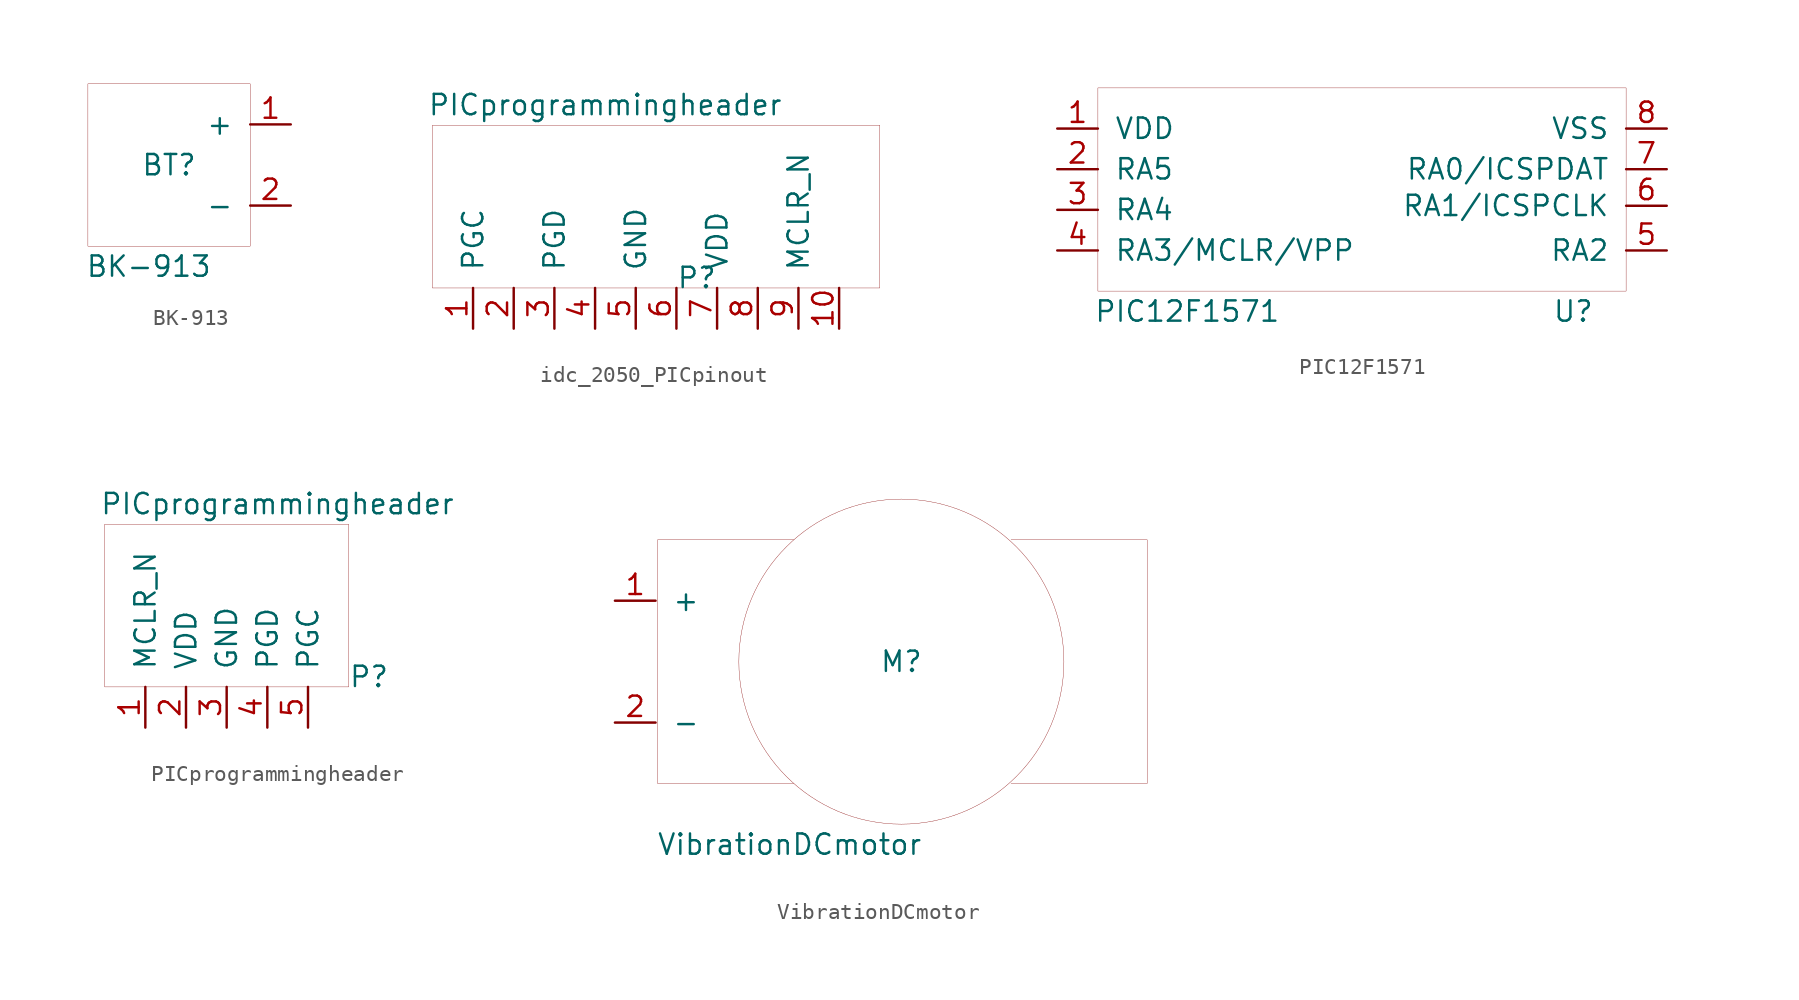
<source format=kicad_sym>
(kicad_symbol_lib
  (version 20231120)
  (generator "kicad_symbol_editor")
  (generator_version "8.0")
  (symbol "BK-913"
    (pin_names
      (offset 1.016))
    (property "Reference" "BT"
      (at 0 0 0)
      (effects (font (size 1.27 1.27))))
    (property "Value" "BK-913"
      (at -1.27 -6.35 0)
      (effects (font (size 1.27 1.27))))
    (symbol "BK-913_0_1"
      (rectangle (start -5.08 5.08) (end 5.08 -5.08) (stroke (width 0.001) (type default)) (fill (type none))))
    (symbol "BK-913_1_1"
      (pin power_out line (at 7.62 2.54 180) (length 2.54) (name "+" (effects (font (size 1.27 1.27)))) (number "1" (effects (font (size 1.27 1.27)))))
      (pin power_in line (at 7.62 -2.54 180) (length 2.54) (name "-" (effects (font (size 1.27 1.27)))) (number "2" (effects (font (size 1.27 1.27)))))))
  (symbol "idc_2050_PICpinout"
    (pin_names
      (offset 1.016))
    (property "Reference" "P"
      (at 8.89 0.635 0)
      (effects (font (size 1.27 1.27))))
    (property "Value" "PICprogrammingheader"
      (at 3.175 11.43 0)
      (effects (font (size 1.27 1.27))))
    (symbol "idc_2050_PICpinout_0_1"
      (rectangle (start -7.62 10.16) (end 20.32 0) (stroke (width 0.001) (type default)) (fill (type none))))
    (symbol "idc_2050_PICpinout_1_1"
      (pin unspecified line (at -5.08 -2.54 90) (length 2.54) (name "PGC" (effects (font (size 1.27 1.27)))) (number "1" (effects (font (size 1.27 1.27)))))
      (pin unspecified line (at 17.78 -2.54 90) (length 2.54) (name "" (effects (font (size 1.27 1.27)))) (number "10" (effects (font (size 1.27 1.27)))))
      (pin unspecified line (at -2.54 -2.54 90) (length 2.54) (name "" (effects (font (size 1.27 1.27)))) (number "2" (effects (font (size 1.27 1.27)))))
      (pin unspecified line (at 0 -2.54 90) (length 2.54) (name "PGD" (effects (font (size 1.27 1.27)))) (number "3" (effects (font (size 1.27 1.27)))))
      (pin unspecified line (at 2.54 -2.54 90) (length 2.54) (name "" (effects (font (size 1.27 1.27)))) (number "4" (effects (font (size 1.27 1.27)))))
      (pin unspecified line (at 5.08 -2.54 90) (length 2.54) (name "GND" (effects (font (size 1.27 1.27)))) (number "5" (effects (font (size 1.27 1.27)))))
      (pin unspecified line (at 7.62 -2.54 90) (length 2.54) (name "" (effects (font (size 1.27 1.27)))) (number "6" (effects (font (size 1.27 1.27)))))
      (pin unspecified line (at 10.16 -2.54 90) (length 2.54) (name "VDD" (effects (font (size 1.27 1.27)))) (number "7" (effects (font (size 1.27 1.27)))))
      (pin unspecified line (at 12.7 -2.54 90) (length 2.54) (name "" (effects (font (size 1.27 1.27)))) (number "8" (effects (font (size 1.27 1.27)))))
      (pin unspecified line (at 15.24 -2.54 90) (length 2.54) (name "MCLR_N" (effects (font (size 1.27 1.27)))) (number "9" (effects (font (size 1.27 1.27)))))))
  (symbol "PIC12F1571"
    (pin_names
      (offset 1.016))
    (property "Reference" "U"
      (at 9.398 -7.62 0)
      (effects (font (size 1.27 1.27))))
    (property "Value" "PIC12F1571"
      (at -14.732 -7.62 0)
      (effects (font (size 1.27 1.27))))
    (symbol "PIC12F1571_0_1"
      (rectangle (start -20.32 6.35) (end 12.7 -6.35) (stroke (width 0.001) (type default)) (fill (type none))))
    (symbol "PIC12F1571_1_1"
      (pin power_in line (at -22.86 3.81 0) (length 2.54) (name "VDD" (effects (font (size 1.27 1.27)))) (number "1" (effects (font (size 1.27 1.27)))))
      (pin unspecified line (at -22.86 1.27 0) (length 2.54) (name "RA5" (effects (font (size 1.27 1.27)))) (number "2" (effects (font (size 1.27 1.27)))))
      (pin unspecified line (at -22.86 -1.27 0) (length 2.54) (name "RA4" (effects (font (size 1.27 1.27)))) (number "3" (effects (font (size 1.27 1.27)))))
      (pin unspecified line (at -22.86 -3.81 0) (length 2.54) (name "RA3/MCLR/VPP" (effects (font (size 1.27 1.27)))) (number "4" (effects (font (size 1.27 1.27)))))
      (pin unspecified line (at 15.24 -3.81 180) (length 2.54) (name "RA2" (effects (font (size 1.27 1.27)))) (number "5" (effects (font (size 1.27 1.27)))))
      (pin unspecified line (at 15.24 -1.016 180) (length 2.54) (name "RA1/ICSPCLK" (effects (font (size 1.27 1.27)))) (number "6" (effects (font (size 1.27 1.27)))))
      (pin unspecified line (at 15.24 1.27 180) (length 2.54) (name "RA0/ICSPDAT" (effects (font (size 1.27 1.27)))) (number "7" (effects (font (size 1.27 1.27)))))
      (pin power_out line (at 15.24 3.81 180) (length 2.54) (name "VSS" (effects (font (size 1.27 1.27)))) (number "8" (effects (font (size 1.27 1.27)))))))
  (symbol "PICprogrammingheader"
    (pin_names
      (offset 1.016))
    (property "Reference" "P"
      (at 8.89 0.635 0)
      (effects (font (size 1.27 1.27))))
    (property "Value" "PICprogrammingheader"
      (at 3.175 11.43 0)
      (effects (font (size 1.27 1.27))))
    (symbol "PICprogrammingheader_0_1"
      (rectangle (start -7.62 0) (end 7.62 10.16) (stroke (width 0.001) (type default)) (fill (type none))))
    (symbol "PICprogrammingheader_1_1"
      (pin unspecified line (at -5.08 -2.54 90) (length 2.54) (name "MCLR_N" (effects (font (size 1.27 1.27)))) (number "1" (effects (font (size 1.27 1.27)))))
      (pin unspecified line (at -2.54 -2.54 90) (length 2.54) (name "VDD" (effects (font (size 1.27 1.27)))) (number "2" (effects (font (size 1.27 1.27)))))
      (pin unspecified line (at 0 -2.54 90) (length 2.54) (name "GND" (effects (font (size 1.27 1.27)))) (number "3" (effects (font (size 1.27 1.27)))))
      (pin unspecified line (at 2.54 -2.54 90) (length 2.54) (name "PGD" (effects (font (size 1.27 1.27)))) (number "4" (effects (font (size 1.27 1.27)))))
      (pin unspecified line (at 5.08 -2.54 90) (length 2.54) (name "PGC" (effects (font (size 1.27 1.27)))) (number "5" (effects (font (size 1.27 1.27)))))))
  (symbol "VibrationDCmotor"
    (pin_names
      (offset 1.016))
    (property "Reference" "M"
      (at 0 0 0)
      (effects (font (size 1.27 1.27))))
    (property "Value" "VibrationDCmotor"
      (at -6.985 -11.43 0)
      (effects (font (size 1.27 1.27))))
    (symbol "VibrationDCmotor_0_1"
      (polyline (pts (xy -6.731 7.62) (xy -15.24 7.62) (xy -15.24 -7.62) (xy -6.858 -7.62) (xy -6.731 -7.62)) (stroke (width 0.001) (type default)) (fill (type none)))
      (polyline (pts (xy 6.858 7.62) (xy 15.367 7.62) (xy 15.367 -7.62) (xy 6.985 -7.62) (xy 6.858 -7.62)) (stroke (width 0.001) (type default)) (fill (type none)))
      (circle (center 0 0) (radius 10.16) (stroke (width 0.001) (type default)) (fill (type none))))
    (symbol "VibrationDCmotor_1_1"
      (pin power_in line (at -17.907 3.81 0) (length 2.54) (name "+" (effects (font (size 1.27 1.27)))) (number "1" (effects (font (size 1.27 1.27)))))
      (pin power_out line (at -17.907 -3.81 0) (length 2.54) (name "-" (effects (font (size 1.27 1.27)))) (number "2" (effects (font (size 1.27 1.27))))))))
</source>
